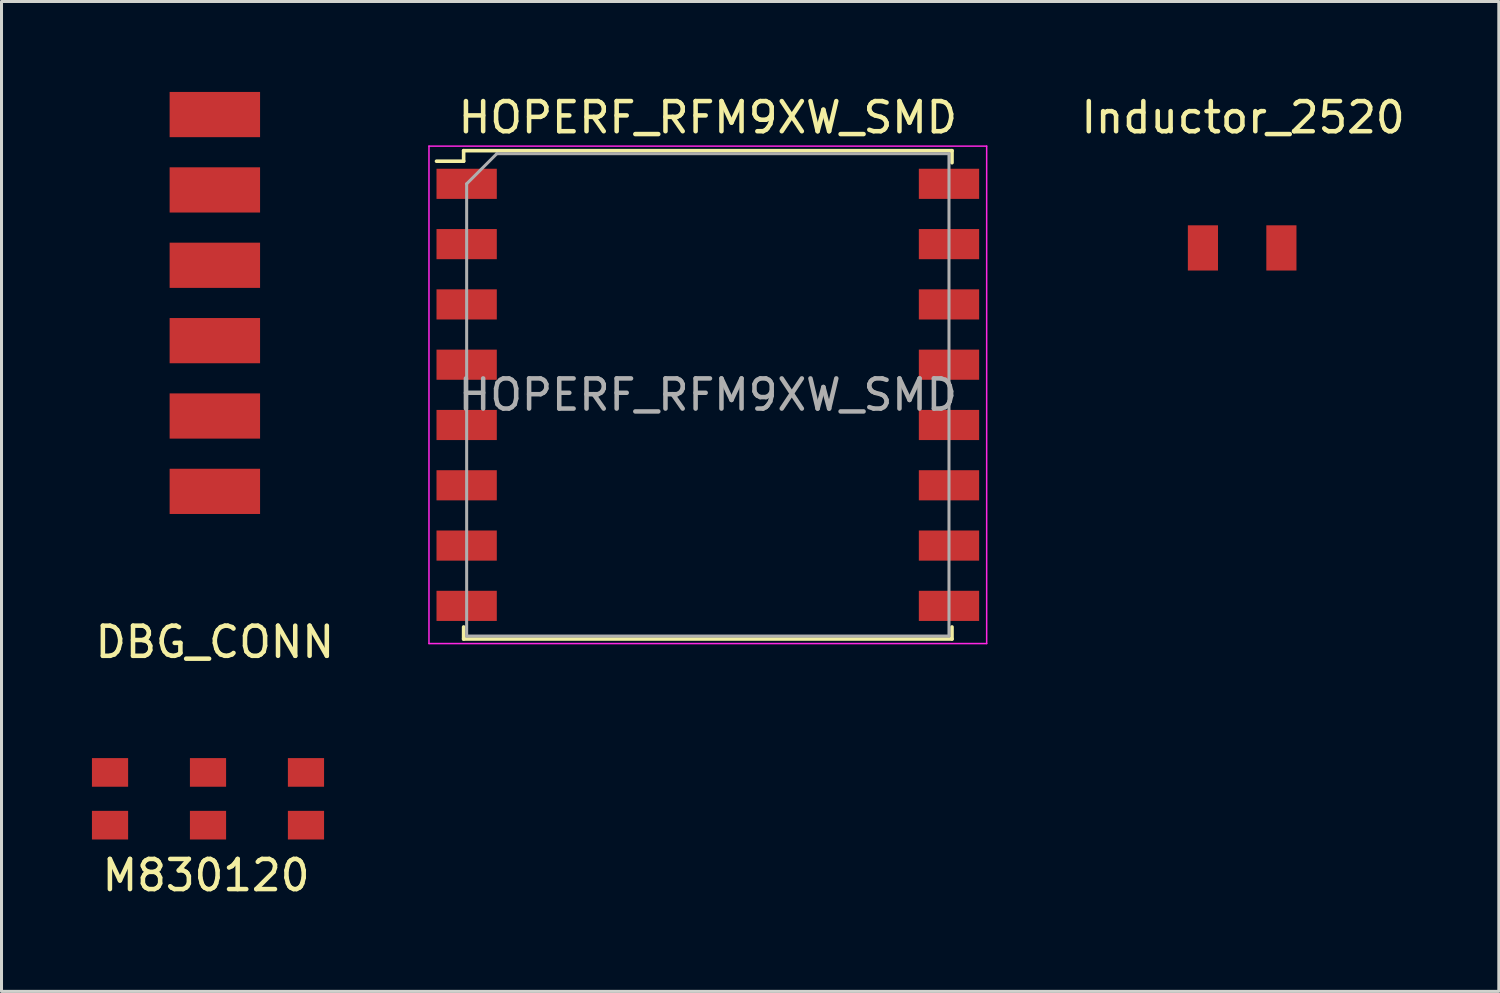
<source format=kicad_pcb>
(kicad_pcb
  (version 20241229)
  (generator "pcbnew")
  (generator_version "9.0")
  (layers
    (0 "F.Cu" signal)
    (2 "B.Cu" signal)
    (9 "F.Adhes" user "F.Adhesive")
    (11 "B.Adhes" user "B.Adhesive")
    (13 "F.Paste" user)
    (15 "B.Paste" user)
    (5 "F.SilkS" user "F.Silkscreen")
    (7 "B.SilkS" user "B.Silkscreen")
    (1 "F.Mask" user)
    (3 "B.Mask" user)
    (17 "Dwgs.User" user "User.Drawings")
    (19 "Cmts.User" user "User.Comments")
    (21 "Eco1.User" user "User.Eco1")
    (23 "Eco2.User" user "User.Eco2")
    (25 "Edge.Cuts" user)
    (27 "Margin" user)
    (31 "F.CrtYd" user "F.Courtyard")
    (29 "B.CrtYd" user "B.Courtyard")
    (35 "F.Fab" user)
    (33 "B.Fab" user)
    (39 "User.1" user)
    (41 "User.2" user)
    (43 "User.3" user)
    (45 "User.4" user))
  (footprint "M830120"
    (layer "F.Cu")
    (at 3.85 23.448)
    (property "Reference" "M830120" (at -0.064 2.54 0) (layer "F.SilkS") (effects (font (size 1 1) (thickness 0.15))))
    (attr through_hole)
    (pad "1" smd rect (at -3.25 0.875) (size 1.2 0.95) (layers "F.Cu" "F.Mask" "F.Paste"))
    (pad "2" smd rect (at 0 0.875) (size 1.2 0.95) (layers "F.Cu" "F.Mask" "F.Paste"))
    (pad "3" smd rect (at 3.25 0.875) (size 1.2 0.95) (layers "F.Cu" "F.Mask" "F.Paste"))
    (pad "4" smd rect (at 3.25 -0.875) (size 1.2 0.95) (layers "F.Cu" "F.Mask" "F.Paste"))
    (pad "5" smd rect (at 0 -0.875) (size 1.2 0.95) (layers "F.Cu" "F.Mask" "F.Paste"))
    (pad "6" smd rect (at -3.25 -0.875) (size 1.2 0.95) (layers "F.Cu" "F.Mask" "F.Paste")))
  (footprint "Inductor_2520"
    (layer "F.Cu")
    (at 38.187 0.348)
    (property "Reference" "Inductor_2520" (at 0 0.5 0) (layer "F.SilkS") (effects (font (size 1 1) (thickness 0.15))))
    (attr through_hole)
    (pad "1" smd rect (at 1.27 4.826) (size 1 1.5) (layers "F.Cu" "F.Mask" "F.Paste"))
    (pad "2" smd rect (at -1.333 4.826) (size 1 1.5) (layers "F.Cu" "F.Mask" "F.Paste")))
  (footprint "DBG_CONN"
    (layer "F.Cu")
    (at 4.077 5.75)
    (property "Reference" "DBG_CONN" (at 0 12.5 0) (layer "F.SilkS") (effects (font (size 1 1) (thickness 0.15))))
    (attr through_hole)
    (pad "1" smd rect (at 0 -5) (size 3 1.5) (layers "F.Cu" "F.Mask" "F.Paste"))
    (pad "2" smd rect (at 0 -2.5) (size 3 1.5) (layers "F.Cu" "F.Mask" "F.Paste"))
    (pad "3" smd rect (at 0 0) (size 3 1.5) (layers "F.Cu" "F.Mask" "F.Paste"))
    (pad "4" smd rect (at 0 2.5) (size 3 1.5) (layers "F.Cu" "F.Mask" "F.Paste"))
    (pad "5" smd rect (at 0 5) (size 3 1.5) (layers "F.Cu" "F.Mask" "F.Paste"))
    (pad "6" smd rect (at 0 7.5) (size 3 1.5) (layers "F.Cu" "F.Mask" "F.Paste")))
  (footprint "HOPERF_RFM9XW_SMD"
    (layer "F.Cu")
    (at 20.43 10.048)
    (property "Reference" "HOPERF_RFM9XW_SMD" (at 0 -9.2 0) (layer "F.SilkS") (effects (font (size 1 1) (thickness 0.15))))
    (attr smd)
    (fp_line (start -8.1 -8.1) (end -8.1 -7.75) (stroke (width 0.12) (type solid)) (layer "F.SilkS"))
    (fp_line (start -8.1 -8.1) (end 8.1 -8.1) (stroke (width 0.12) (type solid)) (layer "F.SilkS"))
    (fp_line (start -8.1 -7.75) (end -9 -7.75) (stroke (width 0.12) (type solid)) (layer "F.SilkS"))
    (fp_line (start -8.1 7.7) (end -8.1 8.1) (stroke (width 0.12) (type solid)) (layer "F.SilkS"))
    (fp_line (start -8.1 8.1) (end 8.1 8.1) (stroke (width 0.12) (type solid)) (layer "F.SilkS"))
    (fp_line (start 8.1 -8.1) (end 8.1 -7.7) (stroke (width 0.12) (type solid)) (layer "F.SilkS"))
    (fp_line (start 8.1 8.1) (end 8.1 7.7) (stroke (width 0.12) (type solid)) (layer "F.SilkS"))
    (fp_line (start -9.25 -8.25) (end 9.25 -8.25) (stroke (width 0.05) (type solid)) (layer "F.CrtYd"))
    (fp_line (start -9.25 8.25) (end -9.25 -8.25) (stroke (width 0.05) (type solid)) (layer "F.CrtYd"))
    (fp_line (start -9.25 8.25) (end 9.25 8.25) (stroke (width 0.05) (type solid)) (layer "F.CrtYd"))
    (fp_line (start 9.25 -8.25) (end 9.25 8.25) (stroke (width 0.05) (type solid)) (layer "F.CrtYd"))
    (fp_line (start -8 8) (end -8 -7) (stroke (width 0.1) (type solid)) (layer "F.Fab"))
    (fp_line (start -8 8) (end 8 8) (stroke (width 0.1) (type solid)) (layer "F.Fab"))
    (fp_line (start -7 -8) (end -8 -7) (stroke (width 0.1) (type solid)) (layer "F.Fab"))
    (fp_line (start -7 -8) (end 8 -8) (stroke (width 0.1) (type solid)) (layer "F.Fab"))
    (fp_line (start 8 8) (end 8 -8) (stroke (width 0.1) (type solid)) (layer "F.Fab"))
    (fp_text user "${REFERENCE}" (at 0 0 0) (layer "F.Fab") (effects (font (size 1 1) (thickness 0.15))))
    (pad "1" smd rect (at -8 -7) (size 2 1) (layers "F.Cu" "F.Mask" "F.Paste"))
    (pad "2" smd rect (at -8 -5) (size 2 1) (layers "F.Cu" "F.Mask" "F.Paste"))
    (pad "3" smd rect (at -8 -3) (size 2 1) (layers "F.Cu" "F.Mask" "F.Paste"))
    (pad "4" smd rect (at -8 -1) (size 2 1) (layers "F.Cu" "F.Mask" "F.Paste"))
    (pad "5" smd rect (at -8 1) (size 2 1) (layers "F.Cu" "F.Mask" "F.Paste"))
    (pad "6" smd rect (at -8 3) (size 2 1) (layers "F.Cu" "F.Mask" "F.Paste"))
    (pad "7" smd rect (at -8 5) (size 2 1) (layers "F.Cu" "F.Mask" "F.Paste"))
    (pad "8" smd rect (at -8 7) (size 2 1) (layers "F.Cu" "F.Mask" "F.Paste"))
    (pad "9" smd rect (at 8 7) (size 2 1) (layers "F.Cu" "F.Mask" "F.Paste"))
    (pad "10" smd rect (at 8 5) (size 2 1) (layers "F.Cu" "F.Mask" "F.Paste"))
    (pad "11" smd rect (at 8 3) (size 2 1) (layers "F.Cu" "F.Mask" "F.Paste"))
    (pad "12" smd rect (at 8 1) (size 2 1) (layers "F.Cu" "F.Mask" "F.Paste"))
    (pad "13" smd rect (at 8 -1) (size 2 1) (layers "F.Cu" "F.Mask" "F.Paste"))
    (pad "14" smd rect (at 8 -3) (size 2 1) (layers "F.Cu" "F.Mask" "F.Paste"))
    (pad "15" smd rect (at 8 -5) (size 2 1) (layers "F.Cu" "F.Mask" "F.Paste"))
    (pad "16" smd rect (at 8 -7) (size 2 1) (layers "F.Cu" "F.Mask" "F.Paste")))
  (gr_rect
    (start -3 -3)
    (end 46.669 29.837)
    (stroke (width 0.1) (type default))
    (fill no)
    (layer "Edge.Cuts")))
</source>
